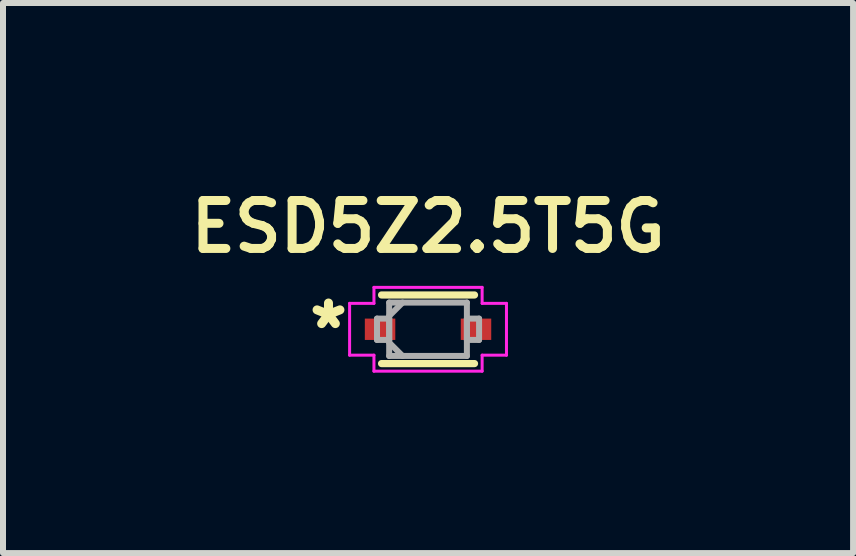
<source format=kicad_pcb>
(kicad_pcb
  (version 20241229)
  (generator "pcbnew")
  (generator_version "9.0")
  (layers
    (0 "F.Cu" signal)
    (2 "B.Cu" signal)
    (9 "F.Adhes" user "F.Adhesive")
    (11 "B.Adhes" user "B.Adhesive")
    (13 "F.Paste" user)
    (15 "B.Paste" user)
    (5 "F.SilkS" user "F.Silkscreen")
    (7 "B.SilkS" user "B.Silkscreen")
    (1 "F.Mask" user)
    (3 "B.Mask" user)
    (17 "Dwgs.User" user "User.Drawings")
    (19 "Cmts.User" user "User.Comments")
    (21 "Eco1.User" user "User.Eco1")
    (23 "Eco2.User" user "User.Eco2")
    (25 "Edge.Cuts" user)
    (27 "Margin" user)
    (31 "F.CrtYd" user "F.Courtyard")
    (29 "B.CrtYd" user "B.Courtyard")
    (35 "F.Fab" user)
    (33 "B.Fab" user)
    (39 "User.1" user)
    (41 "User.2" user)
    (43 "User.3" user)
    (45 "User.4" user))
  (footprint "ESD5Z2.5T5G"
    (layer "F.Cu")
    (at 4.088 2.441)
    (property "Reference" "ESD5Z2.5T5G" (at 0 -1.71 0) (layer "F.SilkS") (effects (font (size 0.8 0.8) (thickness 0.15))))
    (attr through_hole)
    (fp_line (start -0.775 0.572) (end 0.775 0.572) (stroke (width 0.12) (type solid)) (layer "F.SilkS"))
    (fp_line (start 0.775 -0.572) (end -0.775 -0.572) (stroke (width 0.12) (type solid)) (layer "F.SilkS"))
    (fp_line (start -1.308 -0.432) (end -0.902 -0.432) (stroke (width 0.05) (type solid)) (layer "F.CrtYd"))
    (fp_line (start -1.308 0.432) (end -1.308 -0.432) (stroke (width 0.05) (type solid)) (layer "F.CrtYd"))
    (fp_line (start -0.902 -0.699) (end 0.902 -0.699) (stroke (width 0.05) (type solid)) (layer "F.CrtYd"))
    (fp_line (start -0.902 -0.432) (end -0.902 -0.699) (stroke (width 0.05) (type solid)) (layer "F.CrtYd"))
    (fp_line (start -0.902 0.432) (end -1.308 0.432) (stroke (width 0.05) (type solid)) (layer "F.CrtYd"))
    (fp_line (start -0.902 0.699) (end -0.902 0.432) (stroke (width 0.05) (type solid)) (layer "F.CrtYd"))
    (fp_line (start 0.902 -0.699) (end 0.902 -0.432) (stroke (width 0.05) (type solid)) (layer "F.CrtYd"))
    (fp_line (start 0.902 -0.432) (end 1.308 -0.432) (stroke (width 0.05) (type solid)) (layer "F.CrtYd"))
    (fp_line (start 0.902 0.432) (end 0.902 0.699) (stroke (width 0.05) (type solid)) (layer "F.CrtYd"))
    (fp_line (start 0.902 0.699) (end -0.902 0.699) (stroke (width 0.05) (type solid)) (layer "F.CrtYd"))
    (fp_line (start 1.308 -0.432) (end 1.308 0.432) (stroke (width 0.05) (type solid)) (layer "F.CrtYd"))
    (fp_line (start 1.308 0.432) (end 0.902 0.432) (stroke (width 0.05) (type solid)) (layer "F.CrtYd"))
    (fp_line (start -0.851 -0.178) (end -0.851 0.178) (stroke (width 0.1) (type solid)) (layer "F.Fab"))
    (fp_line (start -0.851 0.178) (end -0.648 0.178) (stroke (width 0.1) (type solid)) (layer "F.Fab"))
    (fp_line (start -0.648 -0.445) (end -0.648 0.445) (stroke (width 0.1) (type solid)) (layer "F.Fab"))
    (fp_line (start -0.648 -0.222) (end -0.425 -0.445) (stroke (width 0.1) (type solid)) (layer "F.Fab"))
    (fp_line (start -0.648 -0.178) (end -0.851 -0.178) (stroke (width 0.1) (type solid)) (layer "F.Fab"))
    (fp_line (start -0.648 0.178) (end -0.648 -0.178) (stroke (width 0.1) (type solid)) (layer "F.Fab"))
    (fp_line (start -0.648 0.222) (end -0.425 0.445) (stroke (width 0.1) (type solid)) (layer "F.Fab"))
    (fp_line (start -0.648 0.445) (end 0.648 0.445) (stroke (width 0.1) (type solid)) (layer "F.Fab"))
    (fp_line (start 0.648 -0.445) (end -0.648 -0.445) (stroke (width 0.1) (type solid)) (layer "F.Fab"))
    (fp_line (start 0.648 -0.178) (end 0.648 0.178) (stroke (width 0.1) (type solid)) (layer "F.Fab"))
    (fp_line (start 0.648 0.178) (end 0.851 0.178) (stroke (width 0.1) (type solid)) (layer "F.Fab"))
    (fp_line (start 0.648 0.445) (end 0.648 -0.445) (stroke (width 0.1) (type solid)) (layer "F.Fab"))
    (fp_line (start 0.851 -0.178) (end 0.648 -0.178) (stroke (width 0.1) (type solid)) (layer "F.Fab"))
    (fp_line (start 0.851 0.178) (end 0.851 -0.178) (stroke (width 0.1) (type solid)) (layer "F.Fab"))
    (fp_text user "*" (at -1.66 0 0) (layer "F.SilkS") (effects (font (size 0.8 0.8) (thickness 0.15))))
    (pad "1" smd rect (at -0.8 0) (size 0.508 0.356) (layers "F.Cu" "F.Mask" "F.Paste"))
    (pad "2" smd rect (at 0.8 0) (size 0.508 0.356) (layers "F.Cu" "F.Mask" "F.Paste")))
  (gr_rect
    (start -3 -3)
    (end 11.176 6.173)
    (stroke (width 0.1) (type default))
    (fill no)
    (layer "Edge.Cuts")))
</source>
